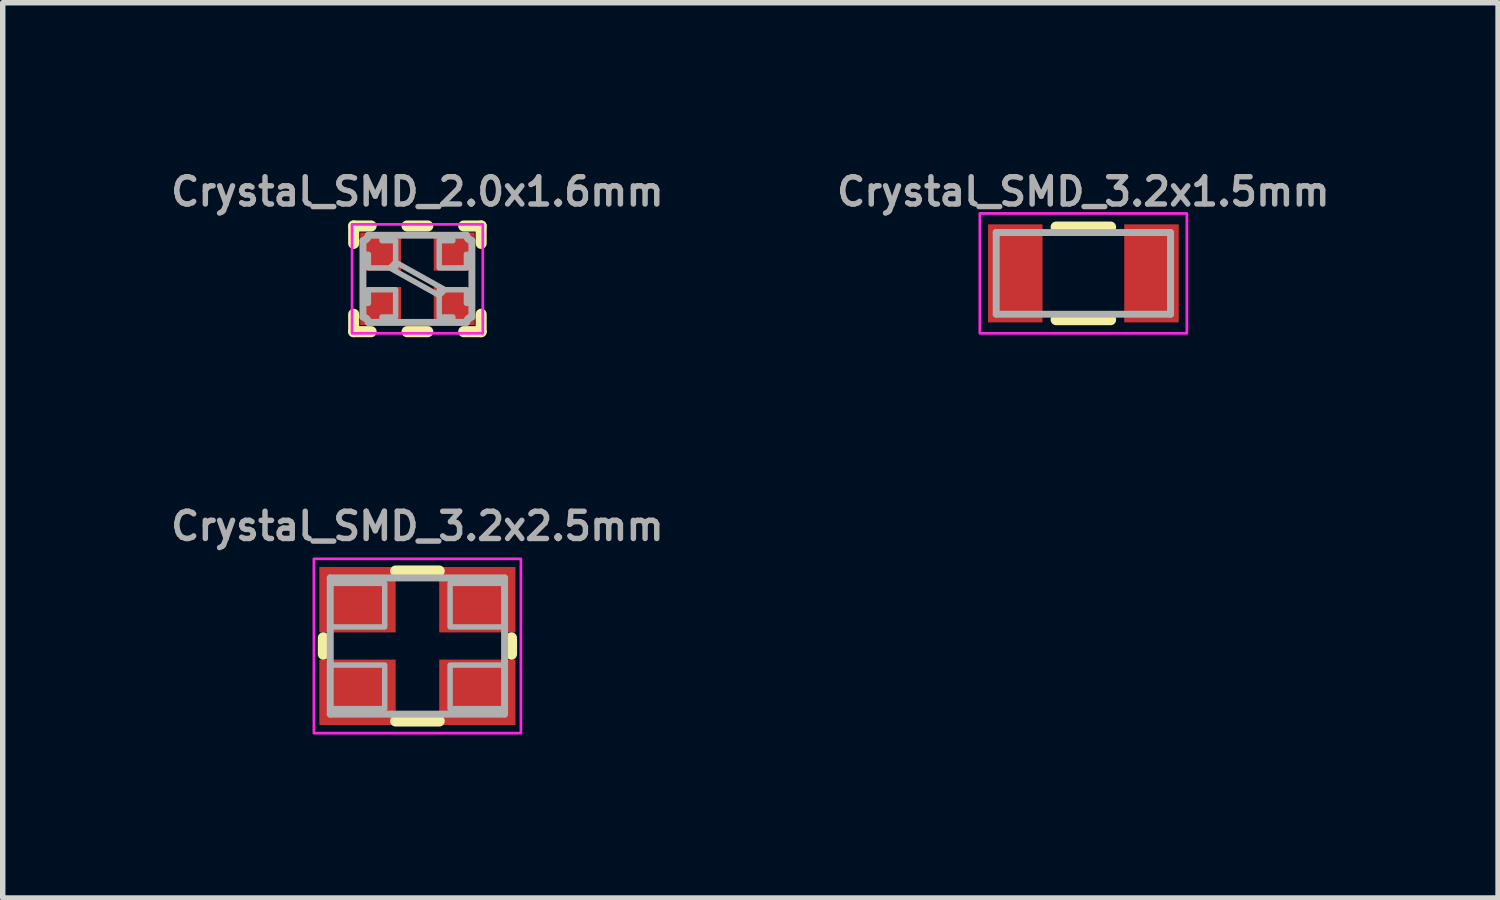
<source format=kicad_pcb>
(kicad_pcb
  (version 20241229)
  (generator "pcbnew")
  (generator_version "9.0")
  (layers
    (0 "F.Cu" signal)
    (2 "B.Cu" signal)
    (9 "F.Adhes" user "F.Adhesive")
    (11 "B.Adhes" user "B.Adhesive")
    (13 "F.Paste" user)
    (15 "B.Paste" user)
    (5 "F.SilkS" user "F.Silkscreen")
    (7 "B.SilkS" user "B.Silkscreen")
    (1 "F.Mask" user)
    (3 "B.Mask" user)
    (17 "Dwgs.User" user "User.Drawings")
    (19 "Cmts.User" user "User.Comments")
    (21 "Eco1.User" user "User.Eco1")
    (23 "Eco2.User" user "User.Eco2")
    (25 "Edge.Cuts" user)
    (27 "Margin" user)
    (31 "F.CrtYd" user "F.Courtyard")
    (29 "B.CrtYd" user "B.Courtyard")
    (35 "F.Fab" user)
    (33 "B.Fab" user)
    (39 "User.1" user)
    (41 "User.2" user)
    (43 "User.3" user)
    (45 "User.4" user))
  (footprint "Crystal_SMD_3.2x1.5mm"
    (layer "F.Cu")
    (at 16.836 1.968)
    (property "Reference" "Crystal_SMD_3.2x1.5mm" (at 0 -1.5 0) (layer "F.Fab") (effects (font (size 0.5 0.5) (thickness 0.1))))
    (attr smd)
    (fp_line (start -0.5 -0.85) (end 0.5 -0.85) (stroke (width 0.203) (type solid)) (layer "F.SilkS"))
    (fp_line (start 0.5 0.85) (end -0.5 0.85) (stroke (width 0.203) (type solid)) (layer "F.SilkS"))
    (fp_rect (start 1.9 -1.1) (end -1.9 1.1) (stroke (width 0.05) (type default)) (fill no) (layer "F.CrtYd"))
    (fp_line (start -1.6 -0.75) (end 1.6 -0.75) (stroke (width 0.127) (type solid)) (layer "F.Fab"))
    (fp_line (start -1.6 0.75) (end -1.6 -0.75) (stroke (width 0.127) (type solid)) (layer "F.Fab"))
    (fp_line (start 1.6 -0.75) (end 1.6 0.75) (stroke (width 0.127) (type solid)) (layer "F.Fab"))
    (fp_line (start 1.6 0.75) (end -1.6 0.75) (stroke (width 0.127) (type solid)) (layer "F.Fab"))
    (pad "1" smd rect (at -1.25 0) (size 1 1.8) (layers "F.Cu" "F.Mask" "F.Paste"))
    (pad "2" smd rect (at 1.25 0) (size 1 1.8) (layers "F.Cu" "F.Mask" "F.Paste")))
  (footprint "Crystal_SMD_2.0x1.6mm"
    (layer "F.Cu")
    (at 4.612 2.068)
    (property "Reference" "Crystal_SMD_2.0x1.6mm" (at 0 -1.6 0) (layer "F.Fab") (effects (font (size 0.5 0.5) (thickness 0.1) (bold yes))))
    (attr smd)
    (fp_line (start -1.17 -0.65) (end -1.17 -0.97) (stroke (width 0.203) (type solid)) (layer "F.SilkS"))
    (fp_line (start -1.17 0.65) (end -1.17 0.97) (stroke (width 0.203) (type solid)) (layer "F.SilkS"))
    (fp_line (start -0.85 -0.97) (end -1.17 -0.97) (stroke (width 0.203) (type solid)) (layer "F.SilkS"))
    (fp_line (start -0.85 0.97) (end -1.17 0.97) (stroke (width 0.203) (type solid)) (layer "F.SilkS"))
    (fp_line (start -0.19 0.97) (end 0.19 0.97) (stroke (width 0.203) (type solid)) (layer "F.SilkS"))
    (fp_line (start 0.19 -0.97) (end -0.19 -0.97) (stroke (width 0.203) (type solid)) (layer "F.SilkS"))
    (fp_line (start 0.85 -0.97) (end 1.17 -0.97) (stroke (width 0.203) (type solid)) (layer "F.SilkS"))
    (fp_line (start 0.85 0.97) (end 1.17 0.97) (stroke (width 0.203) (type solid)) (layer "F.SilkS"))
    (fp_line (start 1.17 -0.65) (end 1.17 -0.97) (stroke (width 0.203) (type solid)) (layer "F.SilkS"))
    (fp_line (start 1.17 0.65) (end 1.17 0.97) (stroke (width 0.203) (type solid)) (layer "F.SilkS"))
    (fp_rect (start 1.2 -1) (end -1.2 1) (stroke (width 0.05) (type default)) (fill no) (layer "F.CrtYd"))
    (fp_line (start -1 -0.7) (end -1 0.7) (stroke (width 0.127) (type solid)) (layer "F.Fab"))
    (fp_line (start -0.9 0.8) (end 0.9 0.8) (stroke (width 0.127) (type solid)) (layer "F.Fab"))
    (fp_line (start 0.9 -0.8) (end -0.9 -0.8) (stroke (width 0.127) (type solid)) (layer "F.Fab"))
    (fp_line (start 1 0.7) (end 1 -0.7) (stroke (width 0.127) (type solid)) (layer "F.Fab"))
    (fp_arc (start -1 0.7) (mid -0.929289 0.729289) (end -0.9 0.8) (stroke (width 0.127) (type solid)) (layer "F.Fab"))
    (fp_arc (start -0.9 -0.8) (mid -0.929289 -0.729289) (end -1 -0.7) (stroke (width 0.127) (type solid)) (layer "F.Fab"))
    (fp_arc (start 0.9 0.8) (mid 0.929289 0.729289) (end 1 0.7) (stroke (width 0.127) (type solid)) (layer "F.Fab"))
    (fp_arc (start 1 -0.7) (mid 0.929289 -0.729289) (end 0.9 -0.8) (stroke (width 0.127) (type solid)) (layer "F.Fab"))
    (fp_poly (pts (xy 0.506 0.2) (xy 0.4 0.306) (xy -0.506 -0.2) (xy -0.4 -0.306)) (stroke (width 0.1) (type default)) (fill no) (layer "F.Fab"))
    (fp_poly (pts (xy -0.65 -0.7) (xy -0.4 -0.7) (xy -0.4 -0.2) (xy -0.9 -0.2) (xy -0.9 -0.45) (xy -1 -0.45) (xy -1 -0.7) (xy -0.9 -0.8) (xy -0.65 -0.8)) (stroke (width 0.1) (type default)) (fill no) (layer "F.Fab"))
    (fp_poly (pts (xy -0.4 0.7) (xy -0.65 0.7) (xy -0.65 0.8) (xy -0.9 0.8) (xy -1 0.7) (xy -1 0.45) (xy -0.9 0.45) (xy -0.9 0.2) (xy -0.4 0.2)) (stroke (width 0.1) (type default)) (fill no) (layer "F.Fab"))
    (fp_poly (pts (xy 0.9 0.45) (xy 1 0.45) (xy 1 0.7) (xy 0.9 0.8) (xy 0.65 0.8) (xy 0.65 0.7) (xy 0.4 0.7) (xy 0.4 0.2) (xy 0.9 0.2)) (stroke (width 0.1) (type default)) (fill no) (layer "F.Fab"))
    (fp_poly (pts (xy 1 -0.7) (xy 1 -0.45) (xy 0.9 -0.45) (xy 0.9 -0.2) (xy 0.4 -0.2) (xy 0.4 -0.7) (xy 0.65 -0.7) (xy 0.65 -0.8) (xy 0.9 -0.8)) (stroke (width 0.1) (type default)) (fill no) (layer "F.Fab"))
    (pad "1" smd rect (at -0.675 0.5) (size 0.75 0.7) (layers "F.Cu" "F.Mask" "F.Paste"))
    (pad "2" smd rect (at 0.675 -0.5 180) (size 0.75 0.7) (layers "F.Cu" "F.Mask" "F.Paste"))
    (pad "NC" smd rect (at -0.675 -0.5) (size 0.75 0.7) (layers "F.Cu" "F.Mask" "F.Paste"))
    (pad "NC" smd rect (at 0.675 0.5 180) (size 0.75 0.7) (layers "F.Cu" "F.Mask" "F.Paste")))
  (footprint "Crystal_SMD_3.2x2.5mm"
    (layer "F.Cu")
    (at 4.612 8.808)
    (property "Reference" "Crystal_SMD_3.2x2.5mm" (at 0 -2.2 0) (layer "F.Fab") (effects (font (size 0.5 0.5) (thickness 0.1))))
    (attr smd)
    (fp_line (start -1.727 0.15) (end -1.727 -0.15) (stroke (width 0.203) (type solid)) (layer "F.SilkS"))
    (fp_line (start -0.4 -1.377) (end 0.4 -1.377) (stroke (width 0.203) (type solid)) (layer "F.SilkS"))
    (fp_line (start 0.4 1.377) (end -0.4 1.377) (stroke (width 0.203) (type solid)) (layer "F.SilkS"))
    (fp_line (start 1.727 -0.15) (end 1.727 0.15) (stroke (width 0.203) (type solid)) (layer "F.SilkS"))
    (fp_rect (start 1.9 -1.6) (end -1.9 1.6) (stroke (width 0.05) (type default)) (fill no) (layer "F.CrtYd"))
    (fp_line (start -1.6 -1.25) (end 1.6 -1.25) (stroke (width 0.127) (type solid)) (layer "F.Fab"))
    (fp_line (start -1.6 1.25) (end -1.6 -1.25) (stroke (width 0.127) (type solid)) (layer "F.Fab"))
    (fp_line (start 1.6 -1.25) (end 1.6 1.25) (stroke (width 0.127) (type solid)) (layer "F.Fab"))
    (fp_line (start 1.6 1.25) (end -1.6 1.25) (stroke (width 0.127) (type solid)) (layer "F.Fab"))
    (fp_poly (pts (xy -1.6 -0.35) (xy -0.6 -0.35) (xy -0.6 -1.15) (xy -1.6 -1.15)) (stroke (width 0.1) (type default)) (fill no) (layer "F.Fab"))
    (fp_poly (pts (xy -1.6 1.15) (xy -0.6 1.15) (xy -0.6 0.35) (xy -1.6 0.35)) (stroke (width 0.1) (type default)) (fill no) (layer "F.Fab"))
    (fp_poly (pts (xy 1.6 -1.15) (xy 0.6 -1.15) (xy 0.6 -0.35) (xy 1.6 -0.35)) (stroke (width 0.1) (type default)) (fill no) (layer "F.Fab"))
    (fp_poly (pts (xy 1.6 0.35) (xy 0.6 0.35) (xy 0.6 1.15) (xy 1.6 1.15)) (stroke (width 0.1) (type default)) (fill no) (layer "F.Fab"))
    (pad "1" smd rect (at -1.1 0.85 180) (size 1.4 1.2) (layers "F.Cu" "F.Mask" "F.Paste"))
    (pad "2" smd rect (at 1.1 0.85) (size 1.4 1.2) (layers "F.Cu" "F.Mask" "F.Paste"))
    (pad "3" smd rect (at 1.1 -0.85) (size 1.4 1.2) (layers "F.Cu" "F.Mask" "F.Paste"))
    (pad "4" smd rect (at -1.1 -0.85 180) (size 1.4 1.2) (layers "F.Cu" "F.Mask" "F.Paste")))
  (gr_rect
    (start -3 -3)
    (end 24.448 13.433)
    (stroke (width 0.1) (type default))
    (fill no)
    (layer "Edge.Cuts")))
</source>
